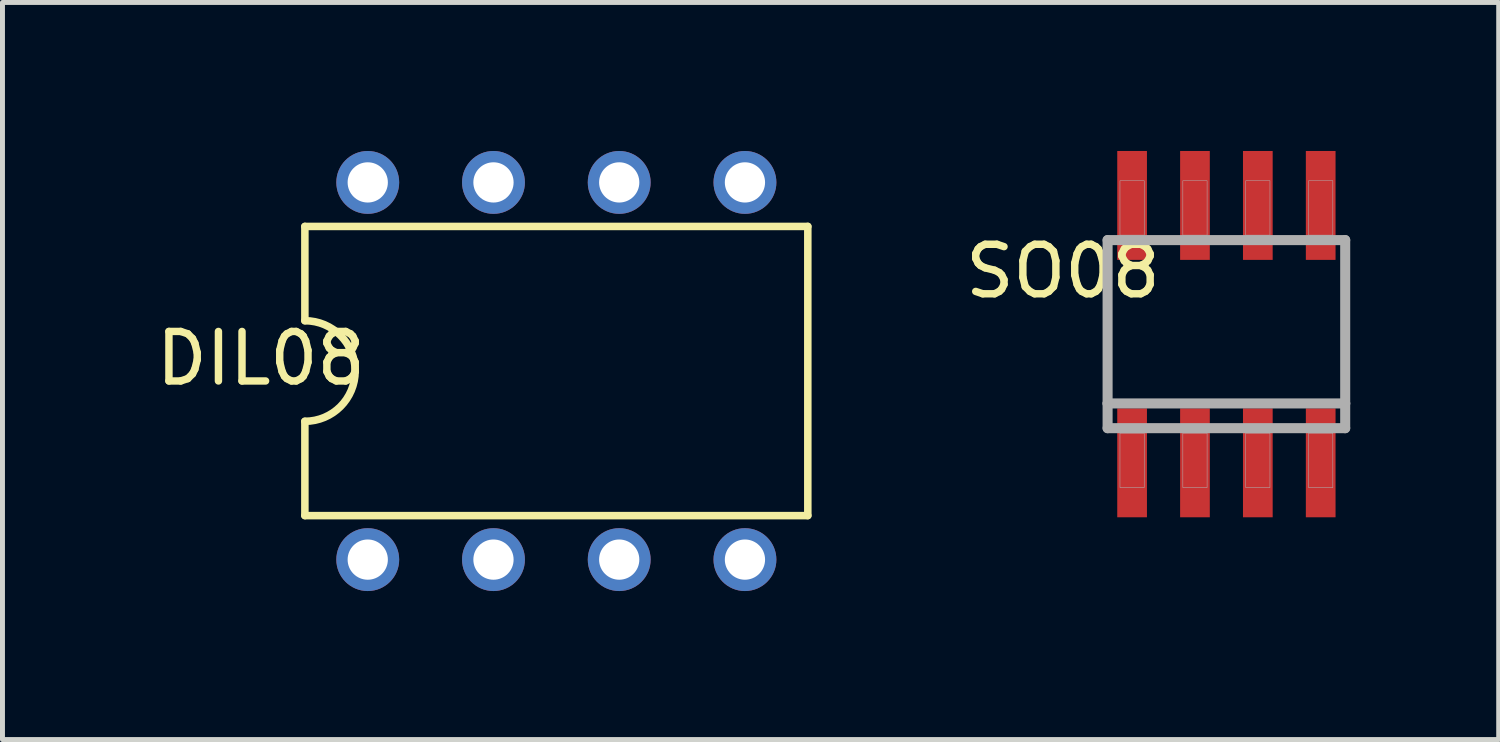
<source format=kicad_pcb>
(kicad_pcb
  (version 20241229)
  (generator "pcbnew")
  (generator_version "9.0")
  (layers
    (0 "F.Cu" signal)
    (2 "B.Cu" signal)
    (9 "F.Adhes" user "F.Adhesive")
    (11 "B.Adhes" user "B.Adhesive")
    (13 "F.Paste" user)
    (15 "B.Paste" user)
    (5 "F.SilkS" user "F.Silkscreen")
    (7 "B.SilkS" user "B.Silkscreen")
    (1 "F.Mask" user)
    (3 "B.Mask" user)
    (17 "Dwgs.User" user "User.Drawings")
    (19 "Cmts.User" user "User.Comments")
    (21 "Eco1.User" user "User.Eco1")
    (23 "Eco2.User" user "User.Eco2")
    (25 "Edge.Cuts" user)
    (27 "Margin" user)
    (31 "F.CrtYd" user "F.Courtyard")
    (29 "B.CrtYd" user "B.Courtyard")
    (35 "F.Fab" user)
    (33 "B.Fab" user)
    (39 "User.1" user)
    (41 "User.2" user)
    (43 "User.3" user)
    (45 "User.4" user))
  (footprint "SO08"
    (layer "F.Cu")
    (at 21.725 3.7)
    (property "Reference" "SO08" (at -3.302 -1.27 180) (layer "F.SilkS") (effects (font (size 1 1) (thickness 0.15))))
    (attr smd)
    (fp_line (start -2.4 -1.9) (end 2.4 -1.9) (stroke (width 0.203) (type solid)) (layer "F.Fab"))
    (fp_line (start -2.4 1.4) (end -2.4 -1.9) (stroke (width 0.203) (type solid)) (layer "F.Fab"))
    (fp_line (start -2.4 1.9) (end -2.4 1.4) (stroke (width 0.203) (type solid)) (layer "F.Fab"))
    (fp_line (start 2.4 -1.9) (end 2.4 1.4) (stroke (width 0.203) (type solid)) (layer "F.Fab"))
    (fp_line (start 2.4 1.4) (end -2.4 1.4) (stroke (width 0.203) (type solid)) (layer "F.Fab"))
    (fp_line (start 2.4 1.4) (end 2.4 1.9) (stroke (width 0.203) (type solid)) (layer "F.Fab"))
    (fp_line (start 2.4 1.9) (end -2.4 1.9) (stroke (width 0.203) (type solid)) (layer "F.Fab"))
    (fp_poly (pts (xy -2.15 -3.1) (xy -1.66 -3.1) (xy -1.66 -2) (xy -2.15 -2)) (stroke (width 0.01) (type solid)) (fill no) (layer "F.Fab"))
    (fp_poly (pts (xy -2.15 2) (xy -1.66 2) (xy -1.66 3.1) (xy -2.15 3.1)) (stroke (width 0.01) (type solid)) (fill no) (layer "F.Fab"))
    (fp_poly (pts (xy -0.88 -3.1) (xy -0.39 -3.1) (xy -0.39 -2) (xy -0.88 -2)) (stroke (width 0.01) (type solid)) (fill no) (layer "F.Fab"))
    (fp_poly (pts (xy -0.88 2) (xy -0.39 2) (xy -0.39 3.1) (xy -0.88 3.1)) (stroke (width 0.01) (type solid)) (fill no) (layer "F.Fab"))
    (fp_poly (pts (xy 0.39 -3.1) (xy 0.88 -3.1) (xy 0.88 -2) (xy 0.39 -2)) (stroke (width 0.01) (type solid)) (fill no) (layer "F.Fab"))
    (fp_poly (pts (xy 0.39 2) (xy 0.88 2) (xy 0.88 3.1) (xy 0.39 3.1)) (stroke (width 0.01) (type solid)) (fill no) (layer "F.Fab"))
    (fp_poly (pts (xy 1.66 -3.1) (xy 2.15 -3.1) (xy 2.15 -2) (xy 1.66 -2)) (stroke (width 0.01) (type solid)) (fill no) (layer "F.Fab"))
    (fp_poly (pts (xy 1.66 2) (xy 2.15 2) (xy 2.15 3.1) (xy 1.66 3.1)) (stroke (width 0.01) (type solid)) (fill no) (layer "F.Fab"))
    (pad "1" smd rect (at -1.905 2.6) (size 0.6 2.2) (layers "F.Cu" "F.Mask" "F.Paste"))
    (pad "2" smd rect (at -0.635 2.6) (size 0.6 2.2) (layers "F.Cu" "F.Mask" "F.Paste"))
    (pad "3" smd rect (at 0.635 2.6) (size 0.6 2.2) (layers "F.Cu" "F.Mask" "F.Paste"))
    (pad "4" smd rect (at 1.905 2.6) (size 0.6 2.2) (layers "F.Cu" "F.Mask" "F.Paste"))
    (pad "5" smd rect (at 1.905 -2.6) (size 0.6 2.2) (layers "F.Cu" "F.Mask" "F.Paste"))
    (pad "6" smd rect (at 0.635 -2.6) (size 0.6 2.2) (layers "F.Cu" "F.Mask" "F.Paste"))
    (pad "7" smd rect (at -0.635 -2.6) (size 0.6 2.2) (layers "F.Cu" "F.Mask" "F.Paste"))
    (pad "8" smd rect (at -1.905 -2.6) (size 0.6 2.2) (layers "F.Cu" "F.Mask" "F.Paste")))
  (footprint "DIL08"
    (layer "F.Cu")
    (at 8.189 4.445)
    (property "Reference" "DIL08" (at -5.969 -0.254 180) (layer "F.SilkS") (effects (font (size 1 1) (thickness 0.15))))
    (attr through_hole)
    (fp_line (start -5.08 -2.921) (end -5.08 -1.016) (stroke (width 0.152) (type solid)) (layer "F.SilkS"))
    (fp_line (start -5.08 2.921) (end -5.08 1.016) (stroke (width 0.152) (type solid)) (layer "F.SilkS"))
    (fp_line (start -5.08 2.921) (end 5.08 2.921) (stroke (width 0.152) (type solid)) (layer "F.SilkS"))
    (fp_line (start 5.08 -2.921) (end -5.08 -2.921) (stroke (width 0.152) (type solid)) (layer "F.SilkS"))
    (fp_line (start 5.08 -2.921) (end 5.08 2.921) (stroke (width 0.152) (type solid)) (layer "F.SilkS"))
    (fp_arc (start -5.08 -1.016) (mid -4.064 0) (end -5.08 1.016) (stroke (width 0.1524) (type solid)) (layer "F.SilkS"))
    (pad "1" thru_hole circle (at -3.81 3.81) (size 1.27 1.27) (drill 0.813) (layers "*.Cu" "*.Mask"))
    (pad "2" thru_hole circle (at -1.27 3.81) (size 1.27 1.27) (drill 0.813) (layers "*.Cu" "*.Mask"))
    (pad "3" thru_hole circle (at 1.27 3.81) (size 1.27 1.27) (drill 0.813) (layers "*.Cu" "*.Mask"))
    (pad "4" thru_hole circle (at 3.81 3.81) (size 1.27 1.27) (drill 0.813) (layers "*.Cu" "*.Mask"))
    (pad "5" thru_hole circle (at 3.81 -3.81) (size 1.27 1.27) (drill 0.813) (layers "*.Cu" "*.Mask"))
    (pad "6" thru_hole circle (at 1.27 -3.81) (size 1.27 1.27) (drill 0.813) (layers "*.Cu" "*.Mask"))
    (pad "7" thru_hole circle (at -1.27 -3.81) (size 1.27 1.27) (drill 0.813) (layers "*.Cu" "*.Mask"))
    (pad "8" thru_hole circle (at -3.81 -3.81) (size 1.27 1.27) (drill 0.813) (layers "*.Cu" "*.Mask")))
  (gr_rect
    (start -3 -3)
    (end 27.226 11.89)
    (stroke (width 0.1) (type default))
    (fill no)
    (layer "Edge.Cuts")))
</source>
